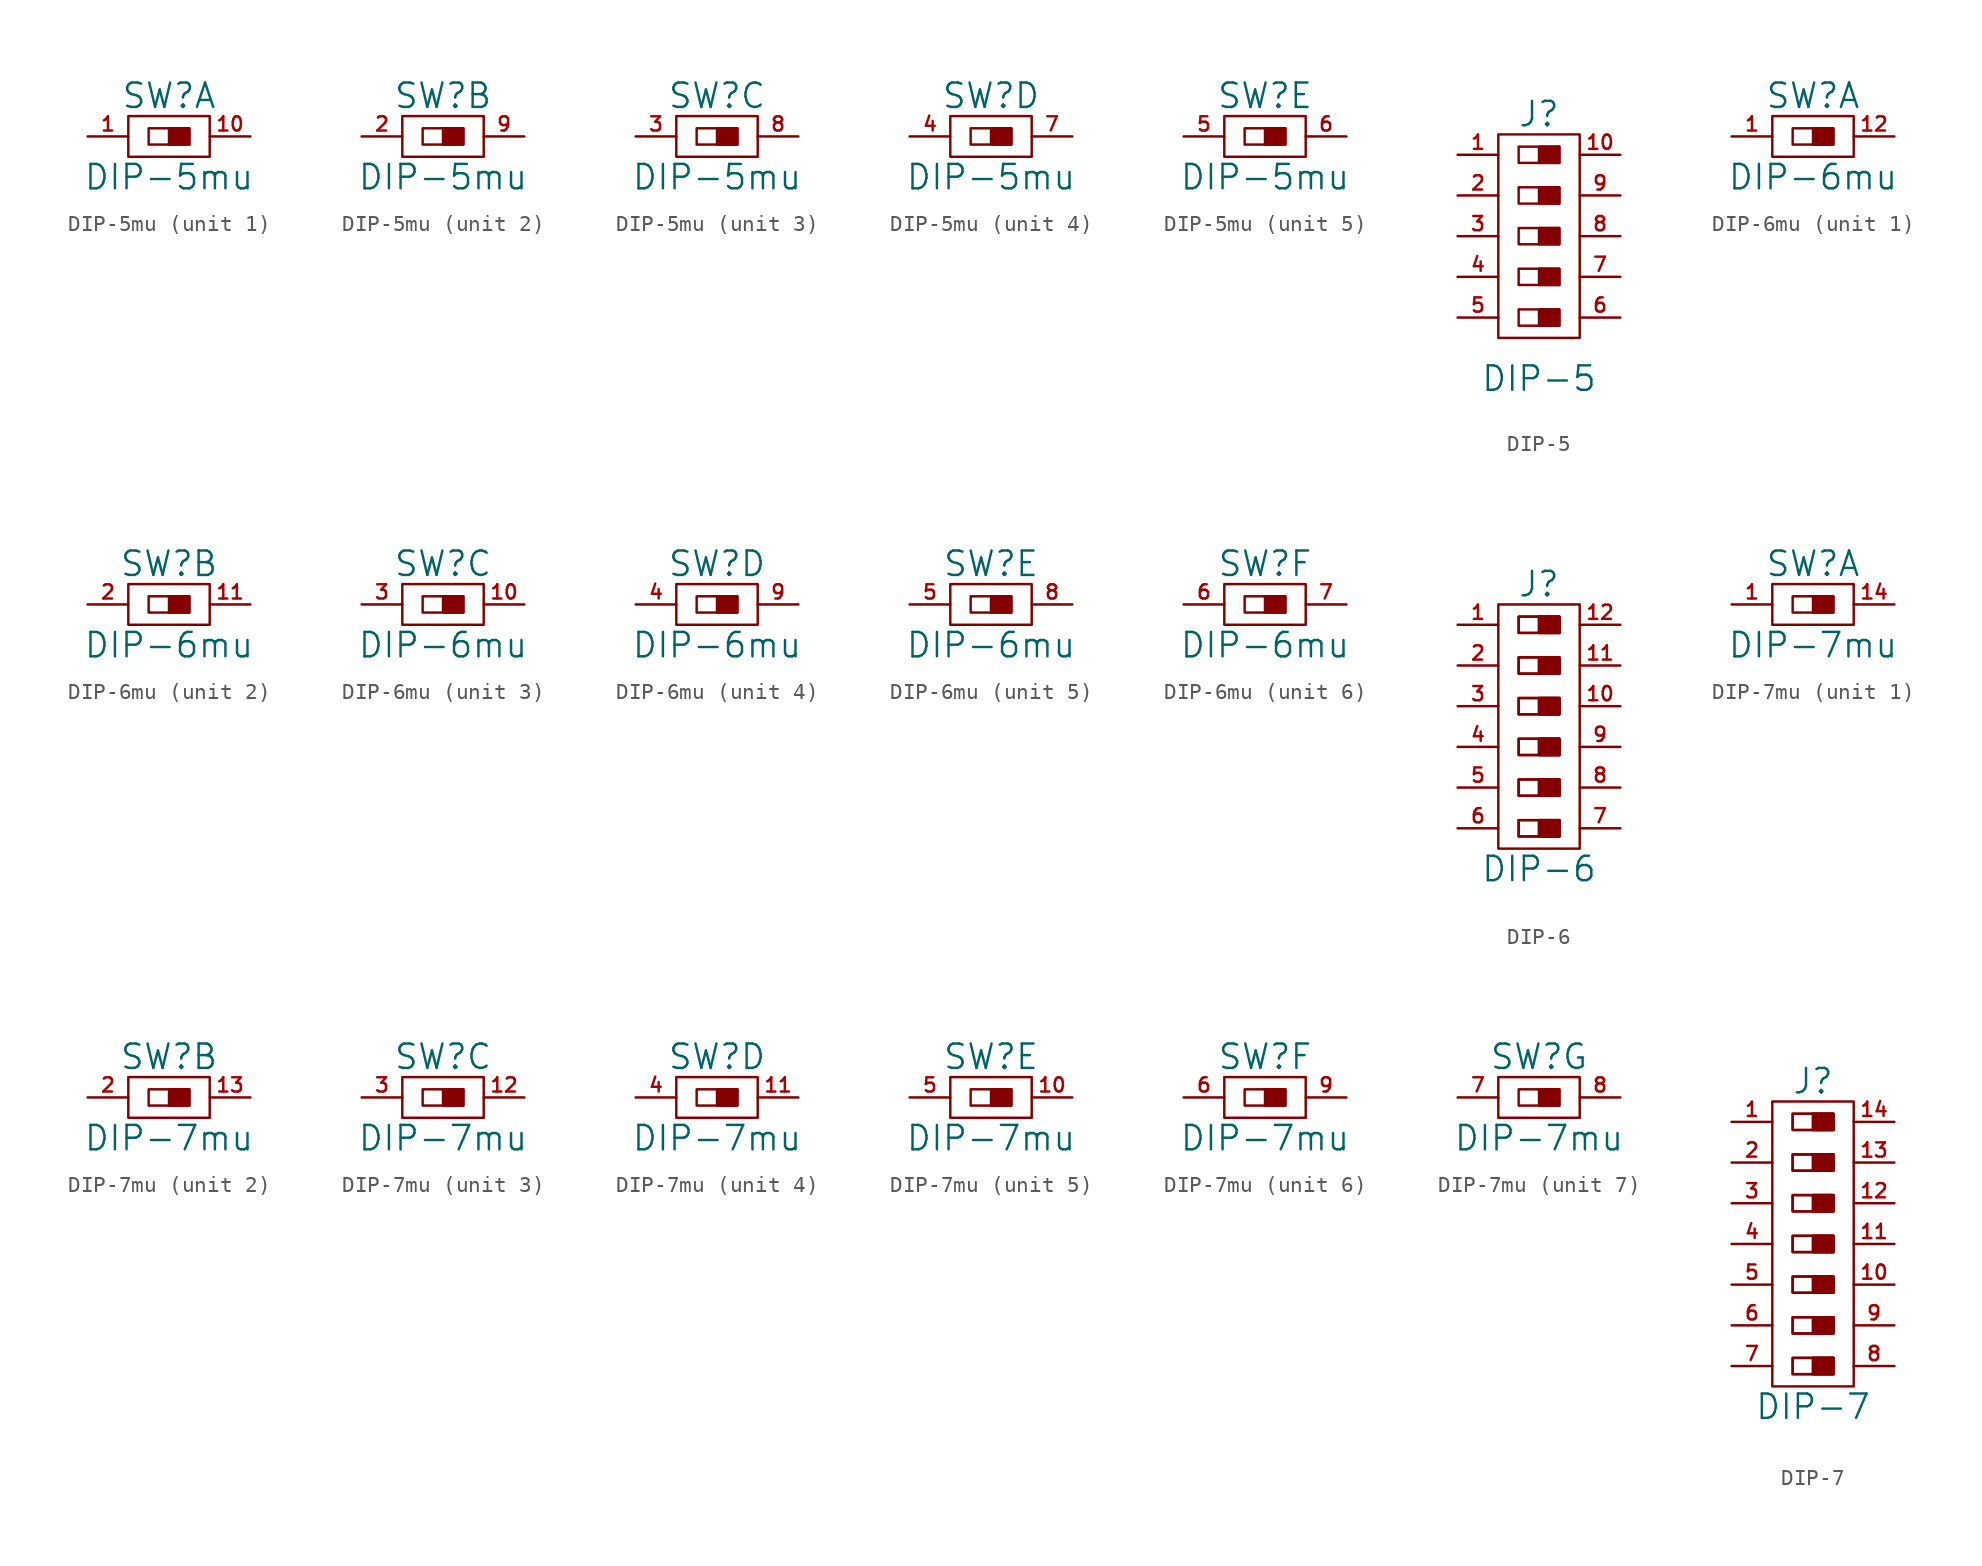
<source format=kicad_sym>
(kicad_symbol_lib
  (version 20220914)
  (generator kicad_symbol_editor)
  (symbol "DIP-5mu"
    (pin_names
      (offset 0))
    (property "Reference" "SW"
      (at 0 2.54 0)
      (effects (font (size 1.524 1.524))))
    (property "Value" "DIP-5mu"
      (at 0 -2.54 0)
      (effects (font (size 1.524 1.524))))
    (property "Footprint" ""
      (at 0 -1.27 0)
      (effects (font (size 1.524 1.524))))
    (property "Datasheet" ""
      (at 0 0 0)
      (effects (font (size 1.524 1.524))))
    (property "ki_locked" ""
      (at 0 0 0)
      (effects (font (size 1.27 1.27))))
    (symbol "DIP-5mu_0_1"
      (rectangle (start -1.27 0.508) (end 1.27 -0.508) (stroke (width 0) (type solid)) (fill (type none)))
      (rectangle (start 0 0.508) (end 1.27 -0.508) (stroke (width 0) (type solid)) (fill (type outline)))
      (rectangle (start 2.54 1.27) (end -2.54 -1.27) (stroke (width 0) (type solid)) (fill (type none))))
    (symbol "DIP-5mu_1_1"
      (pin passive line (at -5.08 0 0) (length 2.54) (name "~" (effects (font (size 1.27 1.27)))) (number "1" (effects (font (size 0.889 0.889)))))
      (pin passive line (at 5.08 0 180) (length 2.54) (name "~" (effects (font (size 1.27 1.27)))) (number "10" (effects (font (size 0.889 0.889))))))
    (symbol "DIP-5mu_2_1"
      (pin passive line (at -5.08 0 0) (length 2.54) (name "~" (effects (font (size 1.27 1.27)))) (number "2" (effects (font (size 0.889 0.889)))))
      (pin passive line (at 5.08 0 180) (length 2.54) (name "~" (effects (font (size 1.27 1.27)))) (number "9" (effects (font (size 0.889 0.889))))))
    (symbol "DIP-5mu_3_1"
      (pin passive line (at -5.08 0 0) (length 2.54) (name "~" (effects (font (size 1.27 1.27)))) (number "3" (effects (font (size 0.889 0.889)))))
      (pin passive line (at 5.08 0 180) (length 2.54) (name "~" (effects (font (size 1.27 1.27)))) (number "8" (effects (font (size 0.889 0.889))))))
    (symbol "DIP-5mu_4_1"
      (pin passive line (at -5.08 0 0) (length 2.54) (name "~" (effects (font (size 1.27 1.27)))) (number "4" (effects (font (size 0.889 0.889)))))
      (pin passive line (at 5.08 0 180) (length 2.54) (name "~" (effects (font (size 1.27 1.27)))) (number "7" (effects (font (size 0.889 0.889))))))
    (symbol "DIP-5mu_5_1"
      (pin passive line (at -5.08 0 0) (length 2.54) (name "~" (effects (font (size 1.27 1.27)))) (number "5" (effects (font (size 0.889 0.889)))))
      (pin passive line (at 5.08 0 180) (length 2.54) (name "~" (effects (font (size 1.27 1.27)))) (number "6" (effects (font (size 0.889 0.889)))))))
  (symbol "DIP-5"
    (pin_names
      (offset 0))
    (property "Reference" "J"
      (at 0 7.62 0)
      (effects (font (size 1.524 1.524))))
    (property "Value" "DIP-5"
      (at 0 -8.89 0)
      (effects (font (size 1.524 1.524))))
    (property "Footprint" ""
      (at 0 1.27 0)
      (effects (font (size 1.524 1.524))))
    (property "Datasheet" ""
      (at 0 0 0)
      (effects (font (size 1.524 1.524))))
    (symbol "DIP-5_0_1"
      (rectangle (start -1.27 -4.572) (end 1.27 -5.588) (stroke (width 0) (type solid)) (fill (type none)))
      (rectangle (start -1.27 -2.032) (end 1.27 -3.048) (stroke (width 0) (type solid)) (fill (type none)))
      (rectangle (start -1.27 0.508) (end 1.27 -0.508) (stroke (width 0) (type solid)) (fill (type none)))
      (rectangle (start -1.27 3.048) (end 1.27 2.032) (stroke (width 0) (type solid)) (fill (type none)))
      (rectangle (start -1.27 5.588) (end 1.27 4.572) (stroke (width 0) (type solid)) (fill (type none)))
      (rectangle (start 0 -4.572) (end 1.27 -5.588) (stroke (width 0) (type solid)) (fill (type outline)))
      (rectangle (start 0 -2.032) (end 1.27 -3.048) (stroke (width 0) (type solid)) (fill (type outline)))
      (rectangle (start 0 0.508) (end 1.27 -0.508) (stroke (width 0) (type solid)) (fill (type outline)))
      (rectangle (start 0 3.048) (end 1.27 2.032) (stroke (width 0) (type solid)) (fill (type outline)))
      (rectangle (start 0 5.588) (end 1.27 4.572) (stroke (width 0) (type solid)) (fill (type outline)))
      (rectangle (start 2.54 6.35) (end -2.54 -6.35) (stroke (width 0) (type solid)) (fill (type none))))
    (symbol "DIP-5_1_1"
      (pin passive line (at -5.08 5.08 0) (length 2.54) (name "~" (effects (font (size 1.27 1.27)))) (number "1" (effects (font (size 0.889 0.889)))))
      (pin passive line (at 5.08 5.08 180) (length 2.54) (name "~" (effects (font (size 1.27 1.27)))) (number "10" (effects (font (size 0.889 0.889)))))
      (pin passive line (at -5.08 2.54 0) (length 2.54) (name "~" (effects (font (size 1.27 1.27)))) (number "2" (effects (font (size 0.889 0.889)))))
      (pin passive line (at -5.08 0 0) (length 2.54) (name "~" (effects (font (size 1.27 1.27)))) (number "3" (effects (font (size 0.889 0.889)))))
      (pin passive line (at -5.08 -2.54 0) (length 2.54) (name "~" (effects (font (size 1.27 1.27)))) (number "4" (effects (font (size 0.889 0.889)))))
      (pin passive line (at -5.08 -5.08 0) (length 2.54) (name "~" (effects (font (size 1.27 1.27)))) (number "5" (effects (font (size 0.889 0.889)))))
      (pin passive line (at 5.08 -5.08 180) (length 2.54) (name "~" (effects (font (size 1.27 1.27)))) (number "6" (effects (font (size 0.889 0.889)))))
      (pin passive line (at 5.08 -2.54 180) (length 2.54) (name "~" (effects (font (size 1.27 1.27)))) (number "7" (effects (font (size 0.889 0.889)))))
      (pin passive line (at 5.08 0 180) (length 2.54) (name "~" (effects (font (size 1.27 1.27)))) (number "8" (effects (font (size 0.889 0.889)))))
      (pin passive line (at 5.08 2.54 180) (length 2.54) (name "~" (effects (font (size 1.27 1.27)))) (number "9" (effects (font (size 0.889 0.889)))))))
  (symbol "DIP-6mu"
    (pin_names
      (offset 0))
    (property "Reference" "SW"
      (at 0 2.54 0)
      (effects (font (size 1.524 1.524))))
    (property "Value" "DIP-6mu"
      (at 0 -2.54 0)
      (effects (font (size 1.524 1.524))))
    (property "Footprint" ""
      (at 0 -1.27 0)
      (effects (font (size 1.524 1.524))))
    (property "Datasheet" ""
      (at 0 0 0)
      (effects (font (size 1.524 1.524))))
    (property "ki_locked" ""
      (at 0 0 0)
      (effects (font (size 1.27 1.27))))
    (symbol "DIP-6mu_0_1"
      (rectangle (start -1.27 0.508) (end 1.27 -0.508) (stroke (width 0) (type solid)) (fill (type none)))
      (rectangle (start 0 0.508) (end 1.27 -0.508) (stroke (width 0) (type solid)) (fill (type outline)))
      (rectangle (start 2.54 1.27) (end -2.54 -1.27) (stroke (width 0) (type solid)) (fill (type none))))
    (symbol "DIP-6mu_1_1"
      (pin passive line (at -5.08 0 0) (length 2.54) (name "~" (effects (font (size 1.27 1.27)))) (number "1" (effects (font (size 0.889 0.889)))))
      (pin passive line (at 5.08 0 180) (length 2.54) (name "~" (effects (font (size 1.27 1.27)))) (number "12" (effects (font (size 0.889 0.889))))))
    (symbol "DIP-6mu_2_1"
      (pin passive line (at 5.08 0 180) (length 2.54) (name "~" (effects (font (size 1.27 1.27)))) (number "11" (effects (font (size 0.889 0.889)))))
      (pin passive line (at -5.08 0 0) (length 2.54) (name "~" (effects (font (size 1.27 1.27)))) (number "2" (effects (font (size 0.889 0.889))))))
    (symbol "DIP-6mu_3_1"
      (pin passive line (at 5.08 0 180) (length 2.54) (name "~" (effects (font (size 1.27 1.27)))) (number "10" (effects (font (size 0.889 0.889)))))
      (pin passive line (at -5.08 0 0) (length 2.54) (name "~" (effects (font (size 1.27 1.27)))) (number "3" (effects (font (size 0.889 0.889))))))
    (symbol "DIP-6mu_4_1"
      (pin passive line (at -5.08 0 0) (length 2.54) (name "~" (effects (font (size 1.27 1.27)))) (number "4" (effects (font (size 0.889 0.889)))))
      (pin passive line (at 5.08 0 180) (length 2.54) (name "~" (effects (font (size 1.27 1.27)))) (number "9" (effects (font (size 0.889 0.889))))))
    (symbol "DIP-6mu_5_1"
      (pin passive line (at -5.08 0 0) (length 2.54) (name "~" (effects (font (size 1.27 1.27)))) (number "5" (effects (font (size 0.889 0.889)))))
      (pin passive line (at 5.08 0 180) (length 2.54) (name "~" (effects (font (size 1.27 1.27)))) (number "8" (effects (font (size 0.889 0.889))))))
    (symbol "DIP-6mu_6_1"
      (pin passive line (at -5.08 0 0) (length 2.54) (name "~" (effects (font (size 1.27 1.27)))) (number "6" (effects (font (size 0.889 0.889)))))
      (pin passive line (at 5.08 0 180) (length 2.54) (name "~" (effects (font (size 1.27 1.27)))) (number "7" (effects (font (size 0.889 0.889)))))))
  (symbol "DIP-6"
    (pin_names
      (offset 0))
    (property "Reference" "J"
      (at 0 8.89 0)
      (effects (font (size 1.524 1.524))))
    (property "Value" "DIP-6"
      (at 0 -8.89 0)
      (effects (font (size 1.524 1.524))))
    (property "Footprint" ""
      (at 0 2.54 0)
      (effects (font (size 1.524 1.524))))
    (property "Datasheet" ""
      (at 0 0 0)
      (effects (font (size 1.524 1.524))))
    (symbol "DIP-6_0_1"
      (rectangle (start -1.27 -5.842) (end 1.27 -6.858) (stroke (width 0) (type solid)) (fill (type none)))
      (rectangle (start -1.27 -5.842) (end 1.27 -6.858) (stroke (width 0) (type solid)) (fill (type none)))
      (rectangle (start -1.27 -3.302) (end 1.27 -4.318) (stroke (width 0) (type solid)) (fill (type none)))
      (rectangle (start -1.27 -3.302) (end 1.27 -4.318) (stroke (width 0) (type solid)) (fill (type none)))
      (rectangle (start -1.27 -0.762) (end 1.27 -1.778) (stroke (width 0) (type solid)) (fill (type none)))
      (rectangle (start -1.27 -0.762) (end 1.27 -1.778) (stroke (width 0) (type solid)) (fill (type none)))
      (rectangle (start -1.27 1.778) (end 1.27 0.762) (stroke (width 0) (type solid)) (fill (type none)))
      (rectangle (start -1.27 1.778) (end 1.27 0.762) (stroke (width 0) (type solid)) (fill (type none)))
      (rectangle (start -1.27 4.318) (end 1.27 3.302) (stroke (width 0) (type solid)) (fill (type none)))
      (rectangle (start -1.27 4.318) (end 1.27 3.302) (stroke (width 0) (type solid)) (fill (type none)))
      (rectangle (start -1.27 6.858) (end 1.27 5.842) (stroke (width 0) (type solid)) (fill (type none)))
      (rectangle (start -1.27 6.858) (end 1.27 5.842) (stroke (width 0) (type solid)) (fill (type none)))
      (rectangle (start 0 -5.842) (end 1.27 -6.858) (stroke (width 0) (type solid)) (fill (type outline)))
      (rectangle (start 0 -5.842) (end 1.27 -6.858) (stroke (width 0) (type solid)) (fill (type outline)))
      (rectangle (start 0 -3.302) (end 1.27 -4.318) (stroke (width 0) (type solid)) (fill (type outline)))
      (rectangle (start 0 -3.302) (end 1.27 -4.318) (stroke (width 0) (type solid)) (fill (type outline)))
      (rectangle (start 0 -0.762) (end 1.27 -1.778) (stroke (width 0) (type solid)) (fill (type outline)))
      (rectangle (start 0 -0.762) (end 1.27 -1.778) (stroke (width 0) (type solid)) (fill (type outline)))
      (rectangle (start 0 1.778) (end 1.27 0.762) (stroke (width 0) (type solid)) (fill (type outline)))
      (rectangle (start 0 1.778) (end 1.27 0.762) (stroke (width 0) (type solid)) (fill (type outline)))
      (rectangle (start 0 4.318) (end 1.27 3.302) (stroke (width 0) (type solid)) (fill (type outline)))
      (rectangle (start 0 4.318) (end 1.27 3.302) (stroke (width 0) (type solid)) (fill (type outline)))
      (rectangle (start 0 6.858) (end 1.27 5.842) (stroke (width 0) (type solid)) (fill (type outline)))
      (rectangle (start 0 6.858) (end 1.27 5.842) (stroke (width 0) (type solid)) (fill (type outline)))
      (rectangle (start 2.54 7.62) (end -2.54 -7.62) (stroke (width 0) (type solid)) (fill (type none))))
    (symbol "DIP-6_1_1"
      (pin passive line (at -5.08 6.35 0) (length 2.54) (name "~" (effects (font (size 1.27 1.27)))) (number "1" (effects (font (size 0.889 0.889)))))
      (pin passive line (at 5.08 1.27 180) (length 2.54) (name "~" (effects (font (size 1.27 1.27)))) (number "10" (effects (font (size 0.889 0.889)))))
      (pin passive line (at 5.08 3.81 180) (length 2.54) (name "~" (effects (font (size 1.27 1.27)))) (number "11" (effects (font (size 0.889 0.889)))))
      (pin passive line (at 5.08 6.35 180) (length 2.54) (name "~" (effects (font (size 1.27 1.27)))) (number "12" (effects (font (size 0.889 0.889)))))
      (pin passive line (at -5.08 3.81 0) (length 2.54) (name "~" (effects (font (size 1.27 1.27)))) (number "2" (effects (font (size 0.889 0.889)))))
      (pin passive line (at -5.08 1.27 0) (length 2.54) (name "~" (effects (font (size 1.27 1.27)))) (number "3" (effects (font (size 0.889 0.889)))))
      (pin passive line (at -5.08 -1.27 0) (length 2.54) (name "~" (effects (font (size 1.27 1.27)))) (number "4" (effects (font (size 0.889 0.889)))))
      (pin passive line (at -5.08 -3.81 0) (length 2.54) (name "~" (effects (font (size 1.27 1.27)))) (number "5" (effects (font (size 0.889 0.889)))))
      (pin passive line (at -5.08 -6.35 0) (length 2.54) (name "~" (effects (font (size 1.27 1.27)))) (number "6" (effects (font (size 0.889 0.889)))))
      (pin passive line (at 5.08 -6.35 180) (length 2.54) (name "~" (effects (font (size 1.27 1.27)))) (number "7" (effects (font (size 0.889 0.889)))))
      (pin passive line (at 5.08 -3.81 180) (length 2.54) (name "~" (effects (font (size 1.27 1.27)))) (number "8" (effects (font (size 0.889 0.889)))))
      (pin passive line (at 5.08 -1.27 180) (length 2.54) (name "~" (effects (font (size 1.27 1.27)))) (number "9" (effects (font (size 0.889 0.889)))))))
  (symbol "DIP-7mu"
    (pin_names
      (offset 0))
    (property "Reference" "SW"
      (at 0 2.54 0)
      (effects (font (size 1.524 1.524))))
    (property "Value" "DIP-7mu"
      (at 0 -2.54 0)
      (effects (font (size 1.524 1.524))))
    (property "Footprint" ""
      (at 0 -1.27 0)
      (effects (font (size 1.524 1.524))))
    (property "Datasheet" ""
      (at 0 0 0)
      (effects (font (size 1.524 1.524))))
    (property "ki_locked" ""
      (at 0 0 0)
      (effects (font (size 1.27 1.27))))
    (symbol "DIP-7mu_0_1"
      (rectangle (start -1.27 0.508) (end 1.27 -0.508) (stroke (width 0) (type solid)) (fill (type none)))
      (rectangle (start 0 0.508) (end 1.27 -0.508) (stroke (width 0) (type solid)) (fill (type outline)))
      (rectangle (start 2.54 1.27) (end -2.54 -1.27) (stroke (width 0) (type solid)) (fill (type none))))
    (symbol "DIP-7mu_1_1"
      (pin passive line (at -5.08 0 0) (length 2.54) (name "~" (effects (font (size 1.27 1.27)))) (number "1" (effects (font (size 0.889 0.889)))))
      (pin passive line (at 5.08 0 180) (length 2.54) (name "~" (effects (font (size 1.27 1.27)))) (number "14" (effects (font (size 0.889 0.889))))))
    (symbol "DIP-7mu_2_1"
      (pin passive line (at 5.08 0 180) (length 2.54) (name "~" (effects (font (size 1.27 1.27)))) (number "13" (effects (font (size 0.889 0.889)))))
      (pin passive line (at -5.08 0 0) (length 2.54) (name "~" (effects (font (size 1.27 1.27)))) (number "2" (effects (font (size 0.889 0.889))))))
    (symbol "DIP-7mu_3_1"
      (pin passive line (at 5.08 0 180) (length 2.54) (name "~" (effects (font (size 1.27 1.27)))) (number "12" (effects (font (size 0.889 0.889)))))
      (pin passive line (at -5.08 0 0) (length 2.54) (name "~" (effects (font (size 1.27 1.27)))) (number "3" (effects (font (size 0.889 0.889))))))
    (symbol "DIP-7mu_4_1"
      (pin passive line (at 5.08 0 180) (length 2.54) (name "~" (effects (font (size 1.27 1.27)))) (number "11" (effects (font (size 0.889 0.889)))))
      (pin passive line (at -5.08 0 0) (length 2.54) (name "~" (effects (font (size 1.27 1.27)))) (number "4" (effects (font (size 0.889 0.889))))))
    (symbol "DIP-7mu_5_1"
      (pin passive line (at 5.08 0 180) (length 2.54) (name "~" (effects (font (size 1.27 1.27)))) (number "10" (effects (font (size 0.889 0.889)))))
      (pin passive line (at -5.08 0 0) (length 2.54) (name "~" (effects (font (size 1.27 1.27)))) (number "5" (effects (font (size 0.889 0.889))))))
    (symbol "DIP-7mu_6_1"
      (pin passive line (at -5.08 0 0) (length 2.54) (name "~" (effects (font (size 1.27 1.27)))) (number "6" (effects (font (size 0.889 0.889)))))
      (pin passive line (at 5.08 0 180) (length 2.54) (name "~" (effects (font (size 1.27 1.27)))) (number "9" (effects (font (size 0.889 0.889))))))
    (symbol "DIP-7mu_7_1"
      (pin passive line (at -5.08 0 0) (length 2.54) (name "~" (effects (font (size 1.27 1.27)))) (number "7" (effects (font (size 0.889 0.889)))))
      (pin passive line (at 5.08 0 180) (length 2.54) (name "~" (effects (font (size 1.27 1.27)))) (number "8" (effects (font (size 0.889 0.889)))))))
  (symbol "DIP-7"
    (pin_names
      (offset 0))
    (property "Reference" "J"
      (at 0 10.16 0)
      (effects (font (size 1.524 1.524))))
    (property "Value" "DIP-7"
      (at 0 -10.16 0)
      (effects (font (size 1.524 1.524))))
    (property "Footprint" ""
      (at 0 3.81 0)
      (effects (font (size 1.524 1.524))))
    (property "Datasheet" ""
      (at 0 0 0)
      (effects (font (size 1.524 1.524))))
    (symbol "DIP-7_0_1"
      (rectangle (start -1.27 -7.112) (end 1.27 -8.128) (stroke (width 0) (type solid)) (fill (type none)))
      (rectangle (start -1.27 -7.112) (end 1.27 -8.128) (stroke (width 0) (type solid)) (fill (type none)))
      (rectangle (start -1.27 -4.572) (end 1.27 -5.588) (stroke (width 0) (type solid)) (fill (type none)))
      (rectangle (start -1.27 -4.572) (end 1.27 -5.588) (stroke (width 0) (type solid)) (fill (type none)))
      (rectangle (start -1.27 -2.032) (end 1.27 -3.048) (stroke (width 0) (type solid)) (fill (type none)))
      (rectangle (start -1.27 -2.032) (end 1.27 -3.048) (stroke (width 0) (type solid)) (fill (type none)))
      (rectangle (start -1.27 0.508) (end 1.27 -0.508) (stroke (width 0) (type solid)) (fill (type none)))
      (rectangle (start -1.27 0.508) (end 1.27 -0.508) (stroke (width 0) (type solid)) (fill (type none)))
      (rectangle (start -1.27 3.048) (end 1.27 2.032) (stroke (width 0) (type solid)) (fill (type none)))
      (rectangle (start -1.27 3.048) (end 1.27 2.032) (stroke (width 0) (type solid)) (fill (type none)))
      (rectangle (start -1.27 5.588) (end 1.27 4.572) (stroke (width 0) (type solid)) (fill (type none)))
      (rectangle (start -1.27 5.588) (end 1.27 4.572) (stroke (width 0) (type solid)) (fill (type none)))
      (rectangle (start -1.27 8.128) (end 1.27 7.112) (stroke (width 0) (type solid)) (fill (type none)))
      (rectangle (start -1.27 8.128) (end 1.27 7.112) (stroke (width 0) (type solid)) (fill (type none)))
      (rectangle (start 0 -7.112) (end 1.27 -8.128) (stroke (width 0) (type solid)) (fill (type outline)))
      (rectangle (start 0 -7.112) (end 1.27 -8.128) (stroke (width 0) (type solid)) (fill (type outline)))
      (rectangle (start 0 -4.572) (end 1.27 -5.588) (stroke (width 0) (type solid)) (fill (type outline)))
      (rectangle (start 0 -4.572) (end 1.27 -5.588) (stroke (width 0) (type solid)) (fill (type outline)))
      (rectangle (start 0 -2.032) (end 1.27 -3.048) (stroke (width 0) (type solid)) (fill (type outline)))
      (rectangle (start 0 -2.032) (end 1.27 -3.048) (stroke (width 0) (type solid)) (fill (type outline)))
      (rectangle (start 0 0.508) (end 1.27 -0.508) (stroke (width 0) (type solid)) (fill (type outline)))
      (rectangle (start 0 0.508) (end 1.27 -0.508) (stroke (width 0) (type solid)) (fill (type outline)))
      (rectangle (start 0 3.048) (end 1.27 2.032) (stroke (width 0) (type solid)) (fill (type outline)))
      (rectangle (start 0 3.048) (end 1.27 2.032) (stroke (width 0) (type solid)) (fill (type outline)))
      (rectangle (start 0 5.588) (end 1.27 4.572) (stroke (width 0) (type solid)) (fill (type outline)))
      (rectangle (start 0 5.588) (end 1.27 4.572) (stroke (width 0) (type solid)) (fill (type outline)))
      (rectangle (start 0 8.128) (end 1.27 7.112) (stroke (width 0) (type solid)) (fill (type outline)))
      (rectangle (start 0 8.128) (end 1.27 7.112) (stroke (width 0) (type solid)) (fill (type outline)))
      (rectangle (start 2.54 8.89) (end -2.54 -8.89) (stroke (width 0) (type solid)) (fill (type none))))
    (symbol "DIP-7_1_1"
      (pin passive line (at -5.08 7.62 0) (length 2.54) (name "~" (effects (font (size 1.27 1.27)))) (number "1" (effects (font (size 0.889 0.889)))))
      (pin passive line (at 5.08 -2.54 180) (length 2.54) (name "~" (effects (font (size 1.27 1.27)))) (number "10" (effects (font (size 0.889 0.889)))))
      (pin passive line (at 5.08 0 180) (length 2.54) (name "~" (effects (font (size 1.27 1.27)))) (number "11" (effects (font (size 0.889 0.889)))))
      (pin passive line (at 5.08 2.54 180) (length 2.54) (name "~" (effects (font (size 1.27 1.27)))) (number "12" (effects (font (size 0.889 0.889)))))
      (pin passive line (at 5.08 5.08 180) (length 2.54) (name "~" (effects (font (size 1.27 1.27)))) (number "13" (effects (font (size 0.889 0.889)))))
      (pin passive line (at 5.08 7.62 180) (length 2.54) (name "~" (effects (font (size 1.27 1.27)))) (number "14" (effects (font (size 0.889 0.889)))))
      (pin passive line (at -5.08 5.08 0) (length 2.54) (name "~" (effects (font (size 1.27 1.27)))) (number "2" (effects (font (size 0.889 0.889)))))
      (pin passive line (at -5.08 2.54 0) (length 2.54) (name "~" (effects (font (size 1.27 1.27)))) (number "3" (effects (font (size 0.889 0.889)))))
      (pin passive line (at -5.08 0 0) (length 2.54) (name "~" (effects (font (size 1.27 1.27)))) (number "4" (effects (font (size 0.889 0.889)))))
      (pin passive line (at -5.08 -2.54 0) (length 2.54) (name "~" (effects (font (size 1.27 1.27)))) (number "5" (effects (font (size 0.889 0.889)))))
      (pin passive line (at -5.08 -5.08 0) (length 2.54) (name "~" (effects (font (size 1.27 1.27)))) (number "6" (effects (font (size 0.889 0.889)))))
      (pin passive line (at -5.08 -7.62 0) (length 2.54) (name "~" (effects (font (size 1.27 1.27)))) (number "7" (effects (font (size 0.889 0.889)))))
      (pin passive line (at 5.08 -7.62 180) (length 2.54) (name "~" (effects (font (size 1.27 1.27)))) (number "8" (effects (font (size 0.889 0.889)))))
      (pin passive line (at 5.08 -5.08 180) (length 2.54) (name "~" (effects (font (size 1.27 1.27)))) (number "9" (effects (font (size 0.889 0.889))))))))
</source>
